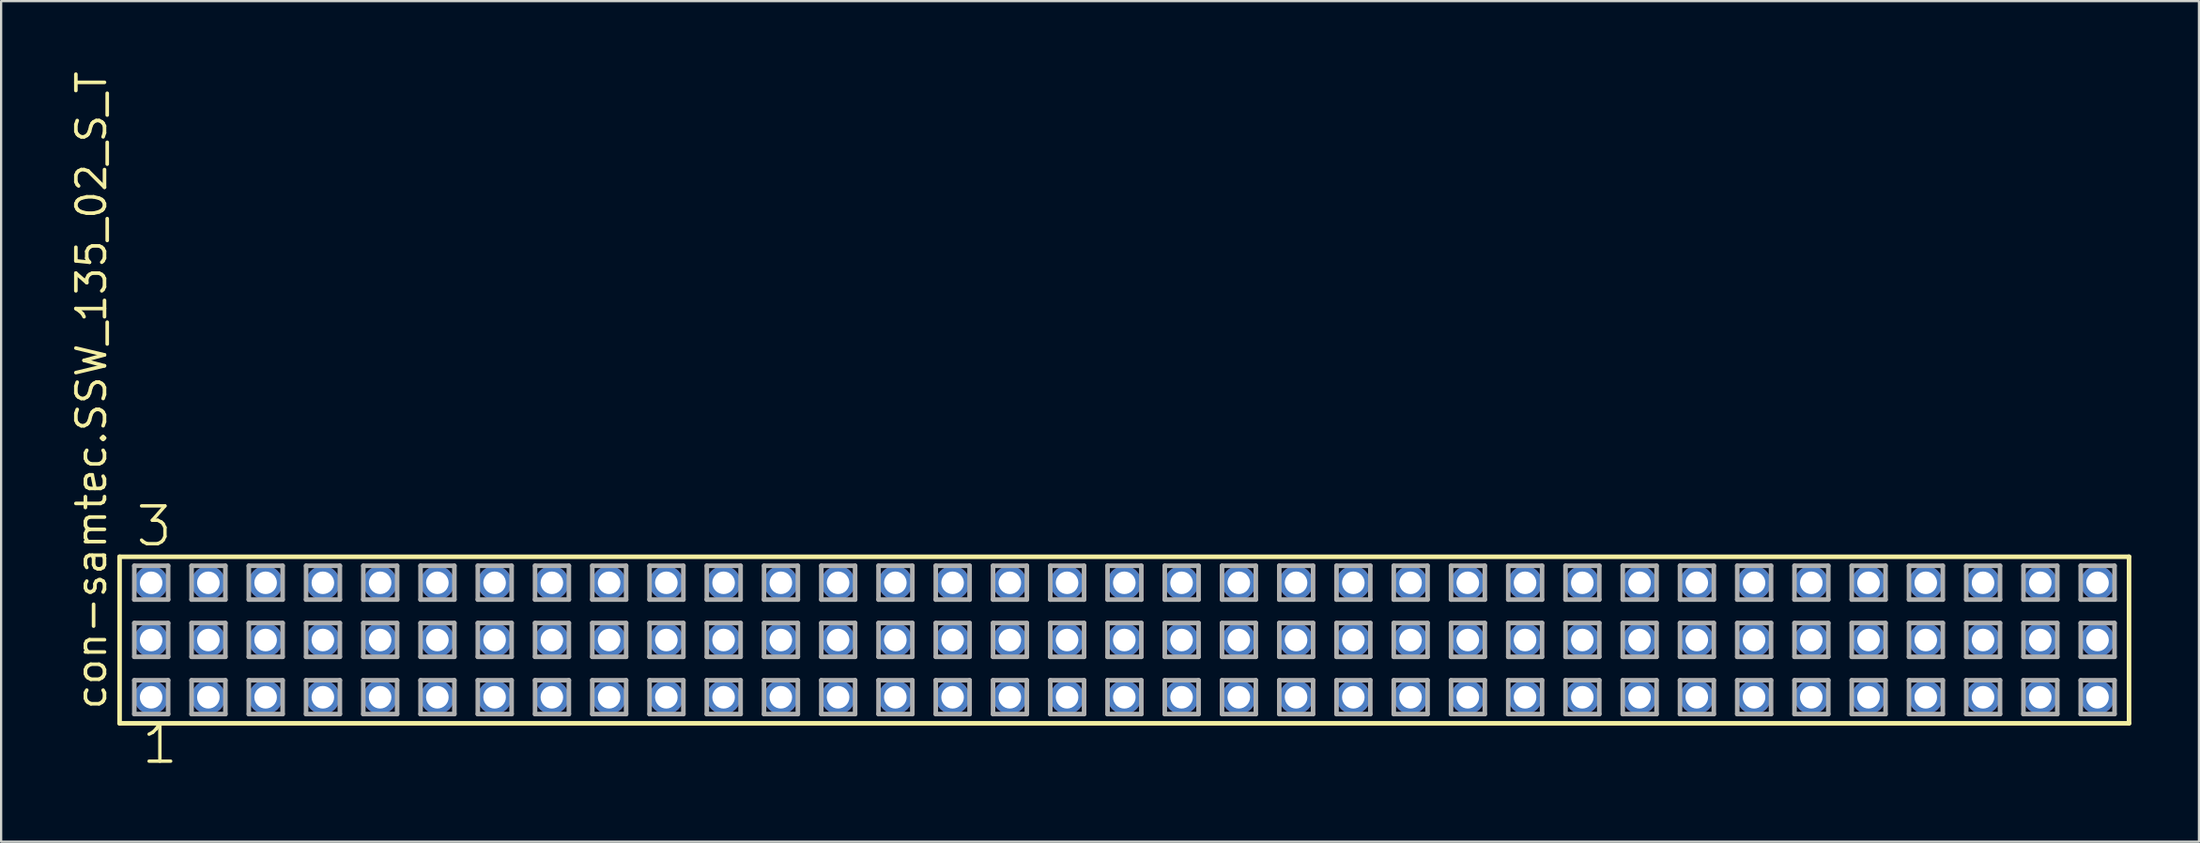
<source format=kicad_pcb>
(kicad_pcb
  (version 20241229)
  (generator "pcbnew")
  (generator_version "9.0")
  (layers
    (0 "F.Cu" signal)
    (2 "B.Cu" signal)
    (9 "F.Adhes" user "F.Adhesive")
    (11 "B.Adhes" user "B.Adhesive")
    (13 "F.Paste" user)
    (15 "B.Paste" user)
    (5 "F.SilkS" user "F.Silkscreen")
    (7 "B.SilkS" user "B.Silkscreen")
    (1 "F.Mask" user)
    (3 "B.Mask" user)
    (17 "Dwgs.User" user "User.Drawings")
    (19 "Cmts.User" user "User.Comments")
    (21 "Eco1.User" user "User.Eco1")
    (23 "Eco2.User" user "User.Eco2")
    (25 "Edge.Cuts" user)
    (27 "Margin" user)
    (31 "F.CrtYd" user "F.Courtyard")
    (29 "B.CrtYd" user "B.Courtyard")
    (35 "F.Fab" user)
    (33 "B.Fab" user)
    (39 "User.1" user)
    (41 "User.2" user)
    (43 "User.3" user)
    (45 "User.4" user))
  (footprint "con-samtec.SSW_135_02_S_T"
    (layer "F.Cu")
    (at 46.835 25.354)
    (property "Reference" "con-samtec.SSW_135_02_S_T" (at -45.085 3.175 90) (layer "F.SilkS") (effects (font (size 1.27 1.27) (thickness 0.16)) (justify left bottom)))
    (attr through_hole)
    (fp_line (start -44.579 -3.695) (end 44.579 -3.695) (stroke (width 0.203) (type default)) (layer "F.SilkS"))
    (fp_line (start -44.579 3.695) (end -44.579 -3.695) (stroke (width 0.203) (type default)) (layer "F.SilkS"))
    (fp_line (start 44.579 -3.695) (end 44.579 3.695) (stroke (width 0.203) (type default)) (layer "F.SilkS"))
    (fp_line (start 44.579 3.695) (end -44.579 3.695) (stroke (width 0.203) (type default)) (layer "F.SilkS"))
    (fp_line (start -43.925 -3.295) (end -42.425 -3.295) (stroke (width 0.203) (type default)) (layer "F.Fab"))
    (fp_line (start -43.925 -1.795) (end -43.925 -3.295) (stroke (width 0.203) (type default)) (layer "F.Fab"))
    (fp_line (start -43.925 -0.755) (end -42.425 -0.755) (stroke (width 0.203) (type default)) (layer "F.Fab"))
    (fp_line (start -43.925 0.745) (end -43.925 -0.755) (stroke (width 0.203) (type default)) (layer "F.Fab"))
    (fp_line (start -43.925 1.785) (end -42.425 1.785) (stroke (width 0.203) (type default)) (layer "F.Fab"))
    (fp_line (start -43.925 3.285) (end -43.925 1.785) (stroke (width 0.203) (type default)) (layer "F.Fab"))
    (fp_line (start -42.425 -3.295) (end -42.425 -1.795) (stroke (width 0.203) (type default)) (layer "F.Fab"))
    (fp_line (start -42.425 -1.795) (end -43.925 -1.795) (stroke (width 0.203) (type default)) (layer "F.Fab"))
    (fp_line (start -42.425 -0.755) (end -42.425 0.745) (stroke (width 0.203) (type default)) (layer "F.Fab"))
    (fp_line (start -42.425 0.745) (end -43.925 0.745) (stroke (width 0.203) (type default)) (layer "F.Fab"))
    (fp_line (start -42.425 1.785) (end -42.425 3.285) (stroke (width 0.203) (type default)) (layer "F.Fab"))
    (fp_line (start -42.425 3.285) (end -43.925 3.285) (stroke (width 0.203) (type default)) (layer "F.Fab"))
    (fp_line (start -41.385 -3.295) (end -39.885 -3.295) (stroke (width 0.203) (type default)) (layer "F.Fab"))
    (fp_line (start -41.385 -1.795) (end -41.385 -3.295) (stroke (width 0.203) (type default)) (layer "F.Fab"))
    (fp_line (start -41.385 -0.755) (end -39.885 -0.755) (stroke (width 0.203) (type default)) (layer "F.Fab"))
    (fp_line (start -41.385 0.745) (end -41.385 -0.755) (stroke (width 0.203) (type default)) (layer "F.Fab"))
    (fp_line (start -41.385 1.785) (end -39.885 1.785) (stroke (width 0.203) (type default)) (layer "F.Fab"))
    (fp_line (start -41.385 3.285) (end -41.385 1.785) (stroke (width 0.203) (type default)) (layer "F.Fab"))
    (fp_line (start -39.885 -3.295) (end -39.885 -1.795) (stroke (width 0.203) (type default)) (layer "F.Fab"))
    (fp_line (start -39.885 -1.795) (end -41.385 -1.795) (stroke (width 0.203) (type default)) (layer "F.Fab"))
    (fp_line (start -39.885 -0.755) (end -39.885 0.745) (stroke (width 0.203) (type default)) (layer "F.Fab"))
    (fp_line (start -39.885 0.745) (end -41.385 0.745) (stroke (width 0.203) (type default)) (layer "F.Fab"))
    (fp_line (start -39.885 1.785) (end -39.885 3.285) (stroke (width 0.203) (type default)) (layer "F.Fab"))
    (fp_line (start -39.885 3.285) (end -41.385 3.285) (stroke (width 0.203) (type default)) (layer "F.Fab"))
    (fp_line (start -38.845 -3.295) (end -37.345 -3.295) (stroke (width 0.203) (type default)) (layer "F.Fab"))
    (fp_line (start -38.845 -1.795) (end -38.845 -3.295) (stroke (width 0.203) (type default)) (layer "F.Fab"))
    (fp_line (start -38.845 -0.755) (end -37.345 -0.755) (stroke (width 0.203) (type default)) (layer "F.Fab"))
    (fp_line (start -38.845 0.745) (end -38.845 -0.755) (stroke (width 0.203) (type default)) (layer "F.Fab"))
    (fp_line (start -38.845 1.785) (end -37.345 1.785) (stroke (width 0.203) (type default)) (layer "F.Fab"))
    (fp_line (start -38.845 3.285) (end -38.845 1.785) (stroke (width 0.203) (type default)) (layer "F.Fab"))
    (fp_line (start -37.345 -3.295) (end -37.345 -1.795) (stroke (width 0.203) (type default)) (layer "F.Fab"))
    (fp_line (start -37.345 -1.795) (end -38.845 -1.795) (stroke (width 0.203) (type default)) (layer "F.Fab"))
    (fp_line (start -37.345 -0.755) (end -37.345 0.745) (stroke (width 0.203) (type default)) (layer "F.Fab"))
    (fp_line (start -37.345 0.745) (end -38.845 0.745) (stroke (width 0.203) (type default)) (layer "F.Fab"))
    (fp_line (start -37.345 1.785) (end -37.345 3.285) (stroke (width 0.203) (type default)) (layer "F.Fab"))
    (fp_line (start -37.345 3.285) (end -38.845 3.285) (stroke (width 0.203) (type default)) (layer "F.Fab"))
    (fp_line (start -36.305 -3.295) (end -34.805 -3.295) (stroke (width 0.203) (type default)) (layer "F.Fab"))
    (fp_line (start -36.305 -1.795) (end -36.305 -3.295) (stroke (width 0.203) (type default)) (layer "F.Fab"))
    (fp_line (start -36.305 -0.755) (end -34.805 -0.755) (stroke (width 0.203) (type default)) (layer "F.Fab"))
    (fp_line (start -36.305 0.745) (end -36.305 -0.755) (stroke (width 0.203) (type default)) (layer "F.Fab"))
    (fp_line (start -36.305 1.785) (end -34.805 1.785) (stroke (width 0.203) (type default)) (layer "F.Fab"))
    (fp_line (start -36.305 3.285) (end -36.305 1.785) (stroke (width 0.203) (type default)) (layer "F.Fab"))
    (fp_line (start -34.805 -3.295) (end -34.805 -1.795) (stroke (width 0.203) (type default)) (layer "F.Fab"))
    (fp_line (start -34.805 -1.795) (end -36.305 -1.795) (stroke (width 0.203) (type default)) (layer "F.Fab"))
    (fp_line (start -34.805 -0.755) (end -34.805 0.745) (stroke (width 0.203) (type default)) (layer "F.Fab"))
    (fp_line (start -34.805 0.745) (end -36.305 0.745) (stroke (width 0.203) (type default)) (layer "F.Fab"))
    (fp_line (start -34.805 1.785) (end -34.805 3.285) (stroke (width 0.203) (type default)) (layer "F.Fab"))
    (fp_line (start -34.805 3.285) (end -36.305 3.285) (stroke (width 0.203) (type default)) (layer "F.Fab"))
    (fp_line (start -33.765 -3.295) (end -32.265 -3.295) (stroke (width 0.203) (type default)) (layer "F.Fab"))
    (fp_line (start -33.765 -1.795) (end -33.765 -3.295) (stroke (width 0.203) (type default)) (layer "F.Fab"))
    (fp_line (start -33.765 -0.755) (end -32.265 -0.755) (stroke (width 0.203) (type default)) (layer "F.Fab"))
    (fp_line (start -33.765 0.745) (end -33.765 -0.755) (stroke (width 0.203) (type default)) (layer "F.Fab"))
    (fp_line (start -33.765 1.785) (end -32.265 1.785) (stroke (width 0.203) (type default)) (layer "F.Fab"))
    (fp_line (start -33.765 3.285) (end -33.765 1.785) (stroke (width 0.203) (type default)) (layer "F.Fab"))
    (fp_line (start -32.265 -3.295) (end -32.265 -1.795) (stroke (width 0.203) (type default)) (layer "F.Fab"))
    (fp_line (start -32.265 -1.795) (end -33.765 -1.795) (stroke (width 0.203) (type default)) (layer "F.Fab"))
    (fp_line (start -32.265 -0.755) (end -32.265 0.745) (stroke (width 0.203) (type default)) (layer "F.Fab"))
    (fp_line (start -32.265 0.745) (end -33.765 0.745) (stroke (width 0.203) (type default)) (layer "F.Fab"))
    (fp_line (start -32.265 1.785) (end -32.265 3.285) (stroke (width 0.203) (type default)) (layer "F.Fab"))
    (fp_line (start -32.265 3.285) (end -33.765 3.285) (stroke (width 0.203) (type default)) (layer "F.Fab"))
    (fp_line (start -31.225 -3.295) (end -29.725 -3.295) (stroke (width 0.203) (type default)) (layer "F.Fab"))
    (fp_line (start -31.225 -1.795) (end -31.225 -3.295) (stroke (width 0.203) (type default)) (layer "F.Fab"))
    (fp_line (start -31.225 -0.755) (end -29.725 -0.755) (stroke (width 0.203) (type default)) (layer "F.Fab"))
    (fp_line (start -31.225 0.745) (end -31.225 -0.755) (stroke (width 0.203) (type default)) (layer "F.Fab"))
    (fp_line (start -31.225 1.785) (end -29.725 1.785) (stroke (width 0.203) (type default)) (layer "F.Fab"))
    (fp_line (start -31.225 3.285) (end -31.225 1.785) (stroke (width 0.203) (type default)) (layer "F.Fab"))
    (fp_line (start -29.725 -3.295) (end -29.725 -1.795) (stroke (width 0.203) (type default)) (layer "F.Fab"))
    (fp_line (start -29.725 -1.795) (end -31.225 -1.795) (stroke (width 0.203) (type default)) (layer "F.Fab"))
    (fp_line (start -29.725 -0.755) (end -29.725 0.745) (stroke (width 0.203) (type default)) (layer "F.Fab"))
    (fp_line (start -29.725 0.745) (end -31.225 0.745) (stroke (width 0.203) (type default)) (layer "F.Fab"))
    (fp_line (start -29.725 1.785) (end -29.725 3.285) (stroke (width 0.203) (type default)) (layer "F.Fab"))
    (fp_line (start -29.725 3.285) (end -31.225 3.285) (stroke (width 0.203) (type default)) (layer "F.Fab"))
    (fp_line (start -28.685 -3.295) (end -27.185 -3.295) (stroke (width 0.203) (type default)) (layer "F.Fab"))
    (fp_line (start -28.685 -1.795) (end -28.685 -3.295) (stroke (width 0.203) (type default)) (layer "F.Fab"))
    (fp_line (start -28.685 -0.755) (end -27.185 -0.755) (stroke (width 0.203) (type default)) (layer "F.Fab"))
    (fp_line (start -28.685 0.745) (end -28.685 -0.755) (stroke (width 0.203) (type default)) (layer "F.Fab"))
    (fp_line (start -28.685 1.785) (end -27.185 1.785) (stroke (width 0.203) (type default)) (layer "F.Fab"))
    (fp_line (start -28.685 3.285) (end -28.685 1.785) (stroke (width 0.203) (type default)) (layer "F.Fab"))
    (fp_line (start -27.185 -3.295) (end -27.185 -1.795) (stroke (width 0.203) (type default)) (layer "F.Fab"))
    (fp_line (start -27.185 -1.795) (end -28.685 -1.795) (stroke (width 0.203) (type default)) (layer "F.Fab"))
    (fp_line (start -27.185 -0.755) (end -27.185 0.745) (stroke (width 0.203) (type default)) (layer "F.Fab"))
    (fp_line (start -27.185 0.745) (end -28.685 0.745) (stroke (width 0.203) (type default)) (layer "F.Fab"))
    (fp_line (start -27.185 1.785) (end -27.185 3.285) (stroke (width 0.203) (type default)) (layer "F.Fab"))
    (fp_line (start -27.185 3.285) (end -28.685 3.285) (stroke (width 0.203) (type default)) (layer "F.Fab"))
    (fp_line (start -26.145 -3.295) (end -24.645 -3.295) (stroke (width 0.203) (type default)) (layer "F.Fab"))
    (fp_line (start -26.145 -1.795) (end -26.145 -3.295) (stroke (width 0.203) (type default)) (layer "F.Fab"))
    (fp_line (start -26.145 -0.755) (end -24.645 -0.755) (stroke (width 0.203) (type default)) (layer "F.Fab"))
    (fp_line (start -26.145 0.745) (end -26.145 -0.755) (stroke (width 0.203) (type default)) (layer "F.Fab"))
    (fp_line (start -26.145 1.785) (end -24.645 1.785) (stroke (width 0.203) (type default)) (layer "F.Fab"))
    (fp_line (start -26.145 3.285) (end -26.145 1.785) (stroke (width 0.203) (type default)) (layer "F.Fab"))
    (fp_line (start -24.645 -3.295) (end -24.645 -1.795) (stroke (width 0.203) (type default)) (layer "F.Fab"))
    (fp_line (start -24.645 -1.795) (end -26.145 -1.795) (stroke (width 0.203) (type default)) (layer "F.Fab"))
    (fp_line (start -24.645 -0.755) (end -24.645 0.745) (stroke (width 0.203) (type default)) (layer "F.Fab"))
    (fp_line (start -24.645 0.745) (end -26.145 0.745) (stroke (width 0.203) (type default)) (layer "F.Fab"))
    (fp_line (start -24.645 1.785) (end -24.645 3.285) (stroke (width 0.203) (type default)) (layer "F.Fab"))
    (fp_line (start -24.645 3.285) (end -26.145 3.285) (stroke (width 0.203) (type default)) (layer "F.Fab"))
    (fp_line (start -23.605 -3.295) (end -22.105 -3.295) (stroke (width 0.203) (type default)) (layer "F.Fab"))
    (fp_line (start -23.605 -1.795) (end -23.605 -3.295) (stroke (width 0.203) (type default)) (layer "F.Fab"))
    (fp_line (start -23.605 -0.755) (end -22.105 -0.755) (stroke (width 0.203) (type default)) (layer "F.Fab"))
    (fp_line (start -23.605 0.745) (end -23.605 -0.755) (stroke (width 0.203) (type default)) (layer "F.Fab"))
    (fp_line (start -23.605 1.785) (end -22.105 1.785) (stroke (width 0.203) (type default)) (layer "F.Fab"))
    (fp_line (start -23.605 3.285) (end -23.605 1.785) (stroke (width 0.203) (type default)) (layer "F.Fab"))
    (fp_line (start -22.105 -3.295) (end -22.105 -1.795) (stroke (width 0.203) (type default)) (layer "F.Fab"))
    (fp_line (start -22.105 -1.795) (end -23.605 -1.795) (stroke (width 0.203) (type default)) (layer "F.Fab"))
    (fp_line (start -22.105 -0.755) (end -22.105 0.745) (stroke (width 0.203) (type default)) (layer "F.Fab"))
    (fp_line (start -22.105 0.745) (end -23.605 0.745) (stroke (width 0.203) (type default)) (layer "F.Fab"))
    (fp_line (start -22.105 1.785) (end -22.105 3.285) (stroke (width 0.203) (type default)) (layer "F.Fab"))
    (fp_line (start -22.105 3.285) (end -23.605 3.285) (stroke (width 0.203) (type default)) (layer "F.Fab"))
    (fp_line (start -21.065 -3.295) (end -19.565 -3.295) (stroke (width 0.203) (type default)) (layer "F.Fab"))
    (fp_line (start -21.065 -1.795) (end -21.065 -3.295) (stroke (width 0.203) (type default)) (layer "F.Fab"))
    (fp_line (start -21.065 -0.755) (end -19.565 -0.755) (stroke (width 0.203) (type default)) (layer "F.Fab"))
    (fp_line (start -21.065 0.745) (end -21.065 -0.755) (stroke (width 0.203) (type default)) (layer "F.Fab"))
    (fp_line (start -21.065 1.785) (end -19.565 1.785) (stroke (width 0.203) (type default)) (layer "F.Fab"))
    (fp_line (start -21.065 3.285) (end -21.065 1.785) (stroke (width 0.203) (type default)) (layer "F.Fab"))
    (fp_line (start -19.565 -3.295) (end -19.565 -1.795) (stroke (width 0.203) (type default)) (layer "F.Fab"))
    (fp_line (start -19.565 -1.795) (end -21.065 -1.795) (stroke (width 0.203) (type default)) (layer "F.Fab"))
    (fp_line (start -19.565 -0.755) (end -19.565 0.745) (stroke (width 0.203) (type default)) (layer "F.Fab"))
    (fp_line (start -19.565 0.745) (end -21.065 0.745) (stroke (width 0.203) (type default)) (layer "F.Fab"))
    (fp_line (start -19.565 1.785) (end -19.565 3.285) (stroke (width 0.203) (type default)) (layer "F.Fab"))
    (fp_line (start -19.565 3.285) (end -21.065 3.285) (stroke (width 0.203) (type default)) (layer "F.Fab"))
    (fp_line (start -18.525 -3.295) (end -17.025 -3.295) (stroke (width 0.203) (type default)) (layer "F.Fab"))
    (fp_line (start -18.525 -1.795) (end -18.525 -3.295) (stroke (width 0.203) (type default)) (layer "F.Fab"))
    (fp_line (start -18.525 -0.755) (end -17.025 -0.755) (stroke (width 0.203) (type default)) (layer "F.Fab"))
    (fp_line (start -18.525 0.745) (end -18.525 -0.755) (stroke (width 0.203) (type default)) (layer "F.Fab"))
    (fp_line (start -18.525 1.785) (end -17.025 1.785) (stroke (width 0.203) (type default)) (layer "F.Fab"))
    (fp_line (start -18.525 3.285) (end -18.525 1.785) (stroke (width 0.203) (type default)) (layer "F.Fab"))
    (fp_line (start -17.025 -3.295) (end -17.025 -1.795) (stroke (width 0.203) (type default)) (layer "F.Fab"))
    (fp_line (start -17.025 -1.795) (end -18.525 -1.795) (stroke (width 0.203) (type default)) (layer "F.Fab"))
    (fp_line (start -17.025 -0.755) (end -17.025 0.745) (stroke (width 0.203) (type default)) (layer "F.Fab"))
    (fp_line (start -17.025 0.745) (end -18.525 0.745) (stroke (width 0.203) (type default)) (layer "F.Fab"))
    (fp_line (start -17.025 1.785) (end -17.025 3.285) (stroke (width 0.203) (type default)) (layer "F.Fab"))
    (fp_line (start -17.025 3.285) (end -18.525 3.285) (stroke (width 0.203) (type default)) (layer "F.Fab"))
    (fp_line (start -15.985 -3.295) (end -14.485 -3.295) (stroke (width 0.203) (type default)) (layer "F.Fab"))
    (fp_line (start -15.985 -1.795) (end -15.985 -3.295) (stroke (width 0.203) (type default)) (layer "F.Fab"))
    (fp_line (start -15.985 -0.755) (end -14.485 -0.755) (stroke (width 0.203) (type default)) (layer "F.Fab"))
    (fp_line (start -15.985 0.745) (end -15.985 -0.755) (stroke (width 0.203) (type default)) (layer "F.Fab"))
    (fp_line (start -15.985 1.785) (end -14.485 1.785) (stroke (width 0.203) (type default)) (layer "F.Fab"))
    (fp_line (start -15.985 3.285) (end -15.985 1.785) (stroke (width 0.203) (type default)) (layer "F.Fab"))
    (fp_line (start -14.485 -3.295) (end -14.485 -1.795) (stroke (width 0.203) (type default)) (layer "F.Fab"))
    (fp_line (start -14.485 -1.795) (end -15.985 -1.795) (stroke (width 0.203) (type default)) (layer "F.Fab"))
    (fp_line (start -14.485 -0.755) (end -14.485 0.745) (stroke (width 0.203) (type default)) (layer "F.Fab"))
    (fp_line (start -14.485 0.745) (end -15.985 0.745) (stroke (width 0.203) (type default)) (layer "F.Fab"))
    (fp_line (start -14.485 1.785) (end -14.485 3.285) (stroke (width 0.203) (type default)) (layer "F.Fab"))
    (fp_line (start -14.485 3.285) (end -15.985 3.285) (stroke (width 0.203) (type default)) (layer "F.Fab"))
    (fp_line (start -13.445 -3.295) (end -11.945 -3.295) (stroke (width 0.203) (type default)) (layer "F.Fab"))
    (fp_line (start -13.445 -1.795) (end -13.445 -3.295) (stroke (width 0.203) (type default)) (layer "F.Fab"))
    (fp_line (start -13.445 -0.755) (end -11.945 -0.755) (stroke (width 0.203) (type default)) (layer "F.Fab"))
    (fp_line (start -13.445 0.745) (end -13.445 -0.755) (stroke (width 0.203) (type default)) (layer "F.Fab"))
    (fp_line (start -13.445 1.785) (end -11.945 1.785) (stroke (width 0.203) (type default)) (layer "F.Fab"))
    (fp_line (start -13.445 3.285) (end -13.445 1.785) (stroke (width 0.203) (type default)) (layer "F.Fab"))
    (fp_line (start -11.945 -3.295) (end -11.945 -1.795) (stroke (width 0.203) (type default)) (layer "F.Fab"))
    (fp_line (start -11.945 -1.795) (end -13.445 -1.795) (stroke (width 0.203) (type default)) (layer "F.Fab"))
    (fp_line (start -11.945 -0.755) (end -11.945 0.745) (stroke (width 0.203) (type default)) (layer "F.Fab"))
    (fp_line (start -11.945 0.745) (end -13.445 0.745) (stroke (width 0.203) (type default)) (layer "F.Fab"))
    (fp_line (start -11.945 1.785) (end -11.945 3.285) (stroke (width 0.203) (type default)) (layer "F.Fab"))
    (fp_line (start -11.945 3.285) (end -13.445 3.285) (stroke (width 0.203) (type default)) (layer "F.Fab"))
    (fp_line (start -10.905 -3.295) (end -9.405 -3.295) (stroke (width 0.203) (type default)) (layer "F.Fab"))
    (fp_line (start -10.905 -1.795) (end -10.905 -3.295) (stroke (width 0.203) (type default)) (layer "F.Fab"))
    (fp_line (start -10.905 -0.755) (end -9.405 -0.755) (stroke (width 0.203) (type default)) (layer "F.Fab"))
    (fp_line (start -10.905 0.745) (end -10.905 -0.755) (stroke (width 0.203) (type default)) (layer "F.Fab"))
    (fp_line (start -10.905 1.785) (end -9.405 1.785) (stroke (width 0.203) (type default)) (layer "F.Fab"))
    (fp_line (start -10.905 3.285) (end -10.905 1.785) (stroke (width 0.203) (type default)) (layer "F.Fab"))
    (fp_line (start -9.405 -3.295) (end -9.405 -1.795) (stroke (width 0.203) (type default)) (layer "F.Fab"))
    (fp_line (start -9.405 -1.795) (end -10.905 -1.795) (stroke (width 0.203) (type default)) (layer "F.Fab"))
    (fp_line (start -9.405 -0.755) (end -9.405 0.745) (stroke (width 0.203) (type default)) (layer "F.Fab"))
    (fp_line (start -9.405 0.745) (end -10.905 0.745) (stroke (width 0.203) (type default)) (layer "F.Fab"))
    (fp_line (start -9.405 1.785) (end -9.405 3.285) (stroke (width 0.203) (type default)) (layer "F.Fab"))
    (fp_line (start -9.405 3.285) (end -10.905 3.285) (stroke (width 0.203) (type default)) (layer "F.Fab"))
    (fp_line (start -8.365 -3.295) (end -6.865 -3.295) (stroke (width 0.203) (type default)) (layer "F.Fab"))
    (fp_line (start -8.365 -1.795) (end -8.365 -3.295) (stroke (width 0.203) (type default)) (layer "F.Fab"))
    (fp_line (start -8.365 -0.755) (end -6.865 -0.755) (stroke (width 0.203) (type default)) (layer "F.Fab"))
    (fp_line (start -8.365 0.745) (end -8.365 -0.755) (stroke (width 0.203) (type default)) (layer "F.Fab"))
    (fp_line (start -8.365 1.785) (end -6.865 1.785) (stroke (width 0.203) (type default)) (layer "F.Fab"))
    (fp_line (start -8.365 3.285) (end -8.365 1.785) (stroke (width 0.203) (type default)) (layer "F.Fab"))
    (fp_line (start -6.865 -3.295) (end -6.865 -1.795) (stroke (width 0.203) (type default)) (layer "F.Fab"))
    (fp_line (start -6.865 -1.795) (end -8.365 -1.795) (stroke (width 0.203) (type default)) (layer "F.Fab"))
    (fp_line (start -6.865 -0.755) (end -6.865 0.745) (stroke (width 0.203) (type default)) (layer "F.Fab"))
    (fp_line (start -6.865 0.745) (end -8.365 0.745) (stroke (width 0.203) (type default)) (layer "F.Fab"))
    (fp_line (start -6.865 1.785) (end -6.865 3.285) (stroke (width 0.203) (type default)) (layer "F.Fab"))
    (fp_line (start -6.865 3.285) (end -8.365 3.285) (stroke (width 0.203) (type default)) (layer "F.Fab"))
    (fp_line (start -5.825 -3.295) (end -4.325 -3.295) (stroke (width 0.203) (type default)) (layer "F.Fab"))
    (fp_line (start -5.825 -1.795) (end -5.825 -3.295) (stroke (width 0.203) (type default)) (layer "F.Fab"))
    (fp_line (start -5.825 -0.755) (end -4.325 -0.755) (stroke (width 0.203) (type default)) (layer "F.Fab"))
    (fp_line (start -5.825 0.745) (end -5.825 -0.755) (stroke (width 0.203) (type default)) (layer "F.Fab"))
    (fp_line (start -5.825 1.785) (end -4.325 1.785) (stroke (width 0.203) (type default)) (layer "F.Fab"))
    (fp_line (start -5.825 3.285) (end -5.825 1.785) (stroke (width 0.203) (type default)) (layer "F.Fab"))
    (fp_line (start -4.325 -3.295) (end -4.325 -1.795) (stroke (width 0.203) (type default)) (layer "F.Fab"))
    (fp_line (start -4.325 -1.795) (end -5.825 -1.795) (stroke (width 0.203) (type default)) (layer "F.Fab"))
    (fp_line (start -4.325 -0.755) (end -4.325 0.745) (stroke (width 0.203) (type default)) (layer "F.Fab"))
    (fp_line (start -4.325 0.745) (end -5.825 0.745) (stroke (width 0.203) (type default)) (layer "F.Fab"))
    (fp_line (start -4.325 1.785) (end -4.325 3.285) (stroke (width 0.203) (type default)) (layer "F.Fab"))
    (fp_line (start -4.325 3.285) (end -5.825 3.285) (stroke (width 0.203) (type default)) (layer "F.Fab"))
    (fp_line (start -3.285 -3.295) (end -1.785 -3.295) (stroke (width 0.203) (type default)) (layer "F.Fab"))
    (fp_line (start -3.285 -1.795) (end -3.285 -3.295) (stroke (width 0.203) (type default)) (layer "F.Fab"))
    (fp_line (start -3.285 -0.755) (end -1.785 -0.755) (stroke (width 0.203) (type default)) (layer "F.Fab"))
    (fp_line (start -3.285 0.745) (end -3.285 -0.755) (stroke (width 0.203) (type default)) (layer "F.Fab"))
    (fp_line (start -3.285 1.785) (end -1.785 1.785) (stroke (width 0.203) (type default)) (layer "F.Fab"))
    (fp_line (start -3.285 3.285) (end -3.285 1.785) (stroke (width 0.203) (type default)) (layer "F.Fab"))
    (fp_line (start -1.785 -3.295) (end -1.785 -1.795) (stroke (width 0.203) (type default)) (layer "F.Fab"))
    (fp_line (start -1.785 -1.795) (end -3.285 -1.795) (stroke (width 0.203) (type default)) (layer "F.Fab"))
    (fp_line (start -1.785 -0.755) (end -1.785 0.745) (stroke (width 0.203) (type default)) (layer "F.Fab"))
    (fp_line (start -1.785 0.745) (end -3.285 0.745) (stroke (width 0.203) (type default)) (layer "F.Fab"))
    (fp_line (start -1.785 1.785) (end -1.785 3.285) (stroke (width 0.203) (type default)) (layer "F.Fab"))
    (fp_line (start -1.785 3.285) (end -3.285 3.285) (stroke (width 0.203) (type default)) (layer "F.Fab"))
    (fp_line (start -0.745 -3.295) (end 0.755 -3.295) (stroke (width 0.203) (type default)) (layer "F.Fab"))
    (fp_line (start -0.745 -1.795) (end -0.745 -3.295) (stroke (width 0.203) (type default)) (layer "F.Fab"))
    (fp_line (start -0.745 -0.755) (end 0.755 -0.755) (stroke (width 0.203) (type default)) (layer "F.Fab"))
    (fp_line (start -0.745 0.745) (end -0.745 -0.755) (stroke (width 0.203) (type default)) (layer "F.Fab"))
    (fp_line (start -0.745 1.785) (end 0.755 1.785) (stroke (width 0.203) (type default)) (layer "F.Fab"))
    (fp_line (start -0.745 3.285) (end -0.745 1.785) (stroke (width 0.203) (type default)) (layer "F.Fab"))
    (fp_line (start 0.755 -3.295) (end 0.755 -1.795) (stroke (width 0.203) (type default)) (layer "F.Fab"))
    (fp_line (start 0.755 -1.795) (end -0.745 -1.795) (stroke (width 0.203) (type default)) (layer "F.Fab"))
    (fp_line (start 0.755 -0.755) (end 0.755 0.745) (stroke (width 0.203) (type default)) (layer "F.Fab"))
    (fp_line (start 0.755 0.745) (end -0.745 0.745) (stroke (width 0.203) (type default)) (layer "F.Fab"))
    (fp_line (start 0.755 1.785) (end 0.755 3.285) (stroke (width 0.203) (type default)) (layer "F.Fab"))
    (fp_line (start 0.755 3.285) (end -0.745 3.285) (stroke (width 0.203) (type default)) (layer "F.Fab"))
    (fp_line (start 1.795 -3.295) (end 3.295 -3.295) (stroke (width 0.203) (type default)) (layer "F.Fab"))
    (fp_line (start 1.795 -1.795) (end 1.795 -3.295) (stroke (width 0.203) (type default)) (layer "F.Fab"))
    (fp_line (start 1.795 -0.755) (end 3.295 -0.755) (stroke (width 0.203) (type default)) (layer "F.Fab"))
    (fp_line (start 1.795 0.745) (end 1.795 -0.755) (stroke (width 0.203) (type default)) (layer "F.Fab"))
    (fp_line (start 1.795 1.785) (end 3.295 1.785) (stroke (width 0.203) (type default)) (layer "F.Fab"))
    (fp_line (start 1.795 3.285) (end 1.795 1.785) (stroke (width 0.203) (type default)) (layer "F.Fab"))
    (fp_line (start 3.295 -3.295) (end 3.295 -1.795) (stroke (width 0.203) (type default)) (layer "F.Fab"))
    (fp_line (start 3.295 -1.795) (end 1.795 -1.795) (stroke (width 0.203) (type default)) (layer "F.Fab"))
    (fp_line (start 3.295 -0.755) (end 3.295 0.745) (stroke (width 0.203) (type default)) (layer "F.Fab"))
    (fp_line (start 3.295 0.745) (end 1.795 0.745) (stroke (width 0.203) (type default)) (layer "F.Fab"))
    (fp_line (start 3.295 1.785) (end 3.295 3.285) (stroke (width 0.203) (type default)) (layer "F.Fab"))
    (fp_line (start 3.295 3.285) (end 1.795 3.285) (stroke (width 0.203) (type default)) (layer "F.Fab"))
    (fp_line (start 4.335 -3.295) (end 5.835 -3.295) (stroke (width 0.203) (type default)) (layer "F.Fab"))
    (fp_line (start 4.335 -1.795) (end 4.335 -3.295) (stroke (width 0.203) (type default)) (layer "F.Fab"))
    (fp_line (start 4.335 -0.755) (end 5.835 -0.755) (stroke (width 0.203) (type default)) (layer "F.Fab"))
    (fp_line (start 4.335 0.745) (end 4.335 -0.755) (stroke (width 0.203) (type default)) (layer "F.Fab"))
    (fp_line (start 4.335 1.785) (end 5.835 1.785) (stroke (width 0.203) (type default)) (layer "F.Fab"))
    (fp_line (start 4.335 3.285) (end 4.335 1.785) (stroke (width 0.203) (type default)) (layer "F.Fab"))
    (fp_line (start 5.835 -3.295) (end 5.835 -1.795) (stroke (width 0.203) (type default)) (layer "F.Fab"))
    (fp_line (start 5.835 -1.795) (end 4.335 -1.795) (stroke (width 0.203) (type default)) (layer "F.Fab"))
    (fp_line (start 5.835 -0.755) (end 5.835 0.745) (stroke (width 0.203) (type default)) (layer "F.Fab"))
    (fp_line (start 5.835 0.745) (end 4.335 0.745) (stroke (width 0.203) (type default)) (layer "F.Fab"))
    (fp_line (start 5.835 1.785) (end 5.835 3.285) (stroke (width 0.203) (type default)) (layer "F.Fab"))
    (fp_line (start 5.835 3.285) (end 4.335 3.285) (stroke (width 0.203) (type default)) (layer "F.Fab"))
    (fp_line (start 6.875 -3.295) (end 8.375 -3.295) (stroke (width 0.203) (type default)) (layer "F.Fab"))
    (fp_line (start 6.875 -1.795) (end 6.875 -3.295) (stroke (width 0.203) (type default)) (layer "F.Fab"))
    (fp_line (start 6.875 -0.755) (end 8.375 -0.755) (stroke (width 0.203) (type default)) (layer "F.Fab"))
    (fp_line (start 6.875 0.745) (end 6.875 -0.755) (stroke (width 0.203) (type default)) (layer "F.Fab"))
    (fp_line (start 6.875 1.785) (end 8.375 1.785) (stroke (width 0.203) (type default)) (layer "F.Fab"))
    (fp_line (start 6.875 3.285) (end 6.875 1.785) (stroke (width 0.203) (type default)) (layer "F.Fab"))
    (fp_line (start 8.375 -3.295) (end 8.375 -1.795) (stroke (width 0.203) (type default)) (layer "F.Fab"))
    (fp_line (start 8.375 -1.795) (end 6.875 -1.795) (stroke (width 0.203) (type default)) (layer "F.Fab"))
    (fp_line (start 8.375 -0.755) (end 8.375 0.745) (stroke (width 0.203) (type default)) (layer "F.Fab"))
    (fp_line (start 8.375 0.745) (end 6.875 0.745) (stroke (width 0.203) (type default)) (layer "F.Fab"))
    (fp_line (start 8.375 1.785) (end 8.375 3.285) (stroke (width 0.203) (type default)) (layer "F.Fab"))
    (fp_line (start 8.375 3.285) (end 6.875 3.285) (stroke (width 0.203) (type default)) (layer "F.Fab"))
    (fp_line (start 9.415 -3.295) (end 10.915 -3.295) (stroke (width 0.203) (type default)) (layer "F.Fab"))
    (fp_line (start 9.415 -1.795) (end 9.415 -3.295) (stroke (width 0.203) (type default)) (layer "F.Fab"))
    (fp_line (start 9.415 -0.755) (end 10.915 -0.755) (stroke (width 0.203) (type default)) (layer "F.Fab"))
    (fp_line (start 9.415 0.745) (end 9.415 -0.755) (stroke (width 0.203) (type default)) (layer "F.Fab"))
    (fp_line (start 9.415 1.785) (end 10.915 1.785) (stroke (width 0.203) (type default)) (layer "F.Fab"))
    (fp_line (start 9.415 3.285) (end 9.415 1.785) (stroke (width 0.203) (type default)) (layer "F.Fab"))
    (fp_line (start 10.915 -3.295) (end 10.915 -1.795) (stroke (width 0.203) (type default)) (layer "F.Fab"))
    (fp_line (start 10.915 -1.795) (end 9.415 -1.795) (stroke (width 0.203) (type default)) (layer "F.Fab"))
    (fp_line (start 10.915 -0.755) (end 10.915 0.745) (stroke (width 0.203) (type default)) (layer "F.Fab"))
    (fp_line (start 10.915 0.745) (end 9.415 0.745) (stroke (width 0.203) (type default)) (layer "F.Fab"))
    (fp_line (start 10.915 1.785) (end 10.915 3.285) (stroke (width 0.203) (type default)) (layer "F.Fab"))
    (fp_line (start 10.915 3.285) (end 9.415 3.285) (stroke (width 0.203) (type default)) (layer "F.Fab"))
    (fp_line (start 11.955 -3.295) (end 13.455 -3.295) (stroke (width 0.203) (type default)) (layer "F.Fab"))
    (fp_line (start 11.955 -1.795) (end 11.955 -3.295) (stroke (width 0.203) (type default)) (layer "F.Fab"))
    (fp_line (start 11.955 -0.755) (end 13.455 -0.755) (stroke (width 0.203) (type default)) (layer "F.Fab"))
    (fp_line (start 11.955 0.745) (end 11.955 -0.755) (stroke (width 0.203) (type default)) (layer "F.Fab"))
    (fp_line (start 11.955 1.785) (end 13.455 1.785) (stroke (width 0.203) (type default)) (layer "F.Fab"))
    (fp_line (start 11.955 3.285) (end 11.955 1.785) (stroke (width 0.203) (type default)) (layer "F.Fab"))
    (fp_line (start 13.455 -3.295) (end 13.455 -1.795) (stroke (width 0.203) (type default)) (layer "F.Fab"))
    (fp_line (start 13.455 -1.795) (end 11.955 -1.795) (stroke (width 0.203) (type default)) (layer "F.Fab"))
    (fp_line (start 13.455 -0.755) (end 13.455 0.745) (stroke (width 0.203) (type default)) (layer "F.Fab"))
    (fp_line (start 13.455 0.745) (end 11.955 0.745) (stroke (width 0.203) (type default)) (layer "F.Fab"))
    (fp_line (start 13.455 1.785) (end 13.455 3.285) (stroke (width 0.203) (type default)) (layer "F.Fab"))
    (fp_line (start 13.455 3.285) (end 11.955 3.285) (stroke (width 0.203) (type default)) (layer "F.Fab"))
    (fp_line (start 14.495 -3.295) (end 15.995 -3.295) (stroke (width 0.203) (type default)) (layer "F.Fab"))
    (fp_line (start 14.495 -1.795) (end 14.495 -3.295) (stroke (width 0.203) (type default)) (layer "F.Fab"))
    (fp_line (start 14.495 -0.755) (end 15.995 -0.755) (stroke (width 0.203) (type default)) (layer "F.Fab"))
    (fp_line (start 14.495 0.745) (end 14.495 -0.755) (stroke (width 0.203) (type default)) (layer "F.Fab"))
    (fp_line (start 14.495 1.785) (end 15.995 1.785) (stroke (width 0.203) (type default)) (layer "F.Fab"))
    (fp_line (start 14.495 3.285) (end 14.495 1.785) (stroke (width 0.203) (type default)) (layer "F.Fab"))
    (fp_line (start 15.995 -3.295) (end 15.995 -1.795) (stroke (width 0.203) (type default)) (layer "F.Fab"))
    (fp_line (start 15.995 -1.795) (end 14.495 -1.795) (stroke (width 0.203) (type default)) (layer "F.Fab"))
    (fp_line (start 15.995 -0.755) (end 15.995 0.745) (stroke (width 0.203) (type default)) (layer "F.Fab"))
    (fp_line (start 15.995 0.745) (end 14.495 0.745) (stroke (width 0.203) (type default)) (layer "F.Fab"))
    (fp_line (start 15.995 1.785) (end 15.995 3.285) (stroke (width 0.203) (type default)) (layer "F.Fab"))
    (fp_line (start 15.995 3.285) (end 14.495 3.285) (stroke (width 0.203) (type default)) (layer "F.Fab"))
    (fp_line (start 17.035 -3.295) (end 18.535 -3.295) (stroke (width 0.203) (type default)) (layer "F.Fab"))
    (fp_line (start 17.035 -1.795) (end 17.035 -3.295) (stroke (width 0.203) (type default)) (layer "F.Fab"))
    (fp_line (start 17.035 -0.755) (end 18.535 -0.755) (stroke (width 0.203) (type default)) (layer "F.Fab"))
    (fp_line (start 17.035 0.745) (end 17.035 -0.755) (stroke (width 0.203) (type default)) (layer "F.Fab"))
    (fp_line (start 17.035 1.785) (end 18.535 1.785) (stroke (width 0.203) (type default)) (layer "F.Fab"))
    (fp_line (start 17.035 3.285) (end 17.035 1.785) (stroke (width 0.203) (type default)) (layer "F.Fab"))
    (fp_line (start 18.535 -3.295) (end 18.535 -1.795) (stroke (width 0.203) (type default)) (layer "F.Fab"))
    (fp_line (start 18.535 -1.795) (end 17.035 -1.795) (stroke (width 0.203) (type default)) (layer "F.Fab"))
    (fp_line (start 18.535 -0.755) (end 18.535 0.745) (stroke (width 0.203) (type default)) (layer "F.Fab"))
    (fp_line (start 18.535 0.745) (end 17.035 0.745) (stroke (width 0.203) (type default)) (layer "F.Fab"))
    (fp_line (start 18.535 1.785) (end 18.535 3.285) (stroke (width 0.203) (type default)) (layer "F.Fab"))
    (fp_line (start 18.535 3.285) (end 17.035 3.285) (stroke (width 0.203) (type default)) (layer "F.Fab"))
    (fp_line (start 19.575 -3.295) (end 21.075 -3.295) (stroke (width 0.203) (type default)) (layer "F.Fab"))
    (fp_line (start 19.575 -1.795) (end 19.575 -3.295) (stroke (width 0.203) (type default)) (layer "F.Fab"))
    (fp_line (start 19.575 -0.755) (end 21.075 -0.755) (stroke (width 0.203) (type default)) (layer "F.Fab"))
    (fp_line (start 19.575 0.745) (end 19.575 -0.755) (stroke (width 0.203) (type default)) (layer "F.Fab"))
    (fp_line (start 19.575 1.785) (end 21.075 1.785) (stroke (width 0.203) (type default)) (layer "F.Fab"))
    (fp_line (start 19.575 3.285) (end 19.575 1.785) (stroke (width 0.203) (type default)) (layer "F.Fab"))
    (fp_line (start 21.075 -3.295) (end 21.075 -1.795) (stroke (width 0.203) (type default)) (layer "F.Fab"))
    (fp_line (start 21.075 -1.795) (end 19.575 -1.795) (stroke (width 0.203) (type default)) (layer "F.Fab"))
    (fp_line (start 21.075 -0.755) (end 21.075 0.745) (stroke (width 0.203) (type default)) (layer "F.Fab"))
    (fp_line (start 21.075 0.745) (end 19.575 0.745) (stroke (width 0.203) (type default)) (layer "F.Fab"))
    (fp_line (start 21.075 1.785) (end 21.075 3.285) (stroke (width 0.203) (type default)) (layer "F.Fab"))
    (fp_line (start 21.075 3.285) (end 19.575 3.285) (stroke (width 0.203) (type default)) (layer "F.Fab"))
    (fp_line (start 22.115 -3.295) (end 23.615 -3.295) (stroke (width 0.203) (type default)) (layer "F.Fab"))
    (fp_line (start 22.115 -1.795) (end 22.115 -3.295) (stroke (width 0.203) (type default)) (layer "F.Fab"))
    (fp_line (start 22.115 -0.755) (end 23.615 -0.755) (stroke (width 0.203) (type default)) (layer "F.Fab"))
    (fp_line (start 22.115 0.745) (end 22.115 -0.755) (stroke (width 0.203) (type default)) (layer "F.Fab"))
    (fp_line (start 22.115 1.785) (end 23.615 1.785) (stroke (width 0.203) (type default)) (layer "F.Fab"))
    (fp_line (start 22.115 3.285) (end 22.115 1.785) (stroke (width 0.203) (type default)) (layer "F.Fab"))
    (fp_line (start 23.615 -3.295) (end 23.615 -1.795) (stroke (width 0.203) (type default)) (layer "F.Fab"))
    (fp_line (start 23.615 -1.795) (end 22.115 -1.795) (stroke (width 0.203) (type default)) (layer "F.Fab"))
    (fp_line (start 23.615 -0.755) (end 23.615 0.745) (stroke (width 0.203) (type default)) (layer "F.Fab"))
    (fp_line (start 23.615 0.745) (end 22.115 0.745) (stroke (width 0.203) (type default)) (layer "F.Fab"))
    (fp_line (start 23.615 1.785) (end 23.615 3.285) (stroke (width 0.203) (type default)) (layer "F.Fab"))
    (fp_line (start 23.615 3.285) (end 22.115 3.285) (stroke (width 0.203) (type default)) (layer "F.Fab"))
    (fp_line (start 24.655 -3.295) (end 26.155 -3.295) (stroke (width 0.203) (type default)) (layer "F.Fab"))
    (fp_line (start 24.655 -1.795) (end 24.655 -3.295) (stroke (width 0.203) (type default)) (layer "F.Fab"))
    (fp_line (start 24.655 -0.755) (end 26.155 -0.755) (stroke (width 0.203) (type default)) (layer "F.Fab"))
    (fp_line (start 24.655 0.745) (end 24.655 -0.755) (stroke (width 0.203) (type default)) (layer "F.Fab"))
    (fp_line (start 24.655 1.785) (end 26.155 1.785) (stroke (width 0.203) (type default)) (layer "F.Fab"))
    (fp_line (start 24.655 3.285) (end 24.655 1.785) (stroke (width 0.203) (type default)) (layer "F.Fab"))
    (fp_line (start 26.155 -3.295) (end 26.155 -1.795) (stroke (width 0.203) (type default)) (layer "F.Fab"))
    (fp_line (start 26.155 -1.795) (end 24.655 -1.795) (stroke (width 0.203) (type default)) (layer "F.Fab"))
    (fp_line (start 26.155 -0.755) (end 26.155 0.745) (stroke (width 0.203) (type default)) (layer "F.Fab"))
    (fp_line (start 26.155 0.745) (end 24.655 0.745) (stroke (width 0.203) (type default)) (layer "F.Fab"))
    (fp_line (start 26.155 1.785) (end 26.155 3.285) (stroke (width 0.203) (type default)) (layer "F.Fab"))
    (fp_line (start 26.155 3.285) (end 24.655 3.285) (stroke (width 0.203) (type default)) (layer "F.Fab"))
    (fp_line (start 27.195 -3.295) (end 28.695 -3.295) (stroke (width 0.203) (type default)) (layer "F.Fab"))
    (fp_line (start 27.195 -1.795) (end 27.195 -3.295) (stroke (width 0.203) (type default)) (layer "F.Fab"))
    (fp_line (start 27.195 -0.755) (end 28.695 -0.755) (stroke (width 0.203) (type default)) (layer "F.Fab"))
    (fp_line (start 27.195 0.745) (end 27.195 -0.755) (stroke (width 0.203) (type default)) (layer "F.Fab"))
    (fp_line (start 27.195 1.785) (end 28.695 1.785) (stroke (width 0.203) (type default)) (layer "F.Fab"))
    (fp_line (start 27.195 3.285) (end 27.195 1.785) (stroke (width 0.203) (type default)) (layer "F.Fab"))
    (fp_line (start 28.695 -3.295) (end 28.695 -1.795) (stroke (width 0.203) (type default)) (layer "F.Fab"))
    (fp_line (start 28.695 -1.795) (end 27.195 -1.795) (stroke (width 0.203) (type default)) (layer "F.Fab"))
    (fp_line (start 28.695 -0.755) (end 28.695 0.745) (stroke (width 0.203) (type default)) (layer "F.Fab"))
    (fp_line (start 28.695 0.745) (end 27.195 0.745) (stroke (width 0.203) (type default)) (layer "F.Fab"))
    (fp_line (start 28.695 1.785) (end 28.695 3.285) (stroke (width 0.203) (type default)) (layer "F.Fab"))
    (fp_line (start 28.695 3.285) (end 27.195 3.285) (stroke (width 0.203) (type default)) (layer "F.Fab"))
    (fp_line (start 29.735 -3.295) (end 31.235 -3.295) (stroke (width 0.203) (type default)) (layer "F.Fab"))
    (fp_line (start 29.735 -1.795) (end 29.735 -3.295) (stroke (width 0.203) (type default)) (layer "F.Fab"))
    (fp_line (start 29.735 -0.755) (end 31.235 -0.755) (stroke (width 0.203) (type default)) (layer "F.Fab"))
    (fp_line (start 29.735 0.745) (end 29.735 -0.755) (stroke (width 0.203) (type default)) (layer "F.Fab"))
    (fp_line (start 29.735 1.785) (end 31.235 1.785) (stroke (width 0.203) (type default)) (layer "F.Fab"))
    (fp_line (start 29.735 3.285) (end 29.735 1.785) (stroke (width 0.203) (type default)) (layer "F.Fab"))
    (fp_line (start 31.235 -3.295) (end 31.235 -1.795) (stroke (width 0.203) (type default)) (layer "F.Fab"))
    (fp_line (start 31.235 -1.795) (end 29.735 -1.795) (stroke (width 0.203) (type default)) (layer "F.Fab"))
    (fp_line (start 31.235 -0.755) (end 31.235 0.745) (stroke (width 0.203) (type default)) (layer "F.Fab"))
    (fp_line (start 31.235 0.745) (end 29.735 0.745) (stroke (width 0.203) (type default)) (layer "F.Fab"))
    (fp_line (start 31.235 1.785) (end 31.235 3.285) (stroke (width 0.203) (type default)) (layer "F.Fab"))
    (fp_line (start 31.235 3.285) (end 29.735 3.285) (stroke (width 0.203) (type default)) (layer "F.Fab"))
    (fp_line (start 32.275 -3.295) (end 33.775 -3.295) (stroke (width 0.203) (type default)) (layer "F.Fab"))
    (fp_line (start 32.275 -1.795) (end 32.275 -3.295) (stroke (width 0.203) (type default)) (layer "F.Fab"))
    (fp_line (start 32.275 -0.755) (end 33.775 -0.755) (stroke (width 0.203) (type default)) (layer "F.Fab"))
    (fp_line (start 32.275 0.745) (end 32.275 -0.755) (stroke (width 0.203) (type default)) (layer "F.Fab"))
    (fp_line (start 32.275 1.785) (end 33.775 1.785) (stroke (width 0.203) (type default)) (layer "F.Fab"))
    (fp_line (start 32.275 3.285) (end 32.275 1.785) (stroke (width 0.203) (type default)) (layer "F.Fab"))
    (fp_line (start 33.775 -3.295) (end 33.775 -1.795) (stroke (width 0.203) (type default)) (layer "F.Fab"))
    (fp_line (start 33.775 -1.795) (end 32.275 -1.795) (stroke (width 0.203) (type default)) (layer "F.Fab"))
    (fp_line (start 33.775 -0.755) (end 33.775 0.745) (stroke (width 0.203) (type default)) (layer "F.Fab"))
    (fp_line (start 33.775 0.745) (end 32.275 0.745) (stroke (width 0.203) (type default)) (layer "F.Fab"))
    (fp_line (start 33.775 1.785) (end 33.775 3.285) (stroke (width 0.203) (type default)) (layer "F.Fab"))
    (fp_line (start 33.775 3.285) (end 32.275 3.285) (stroke (width 0.203) (type default)) (layer "F.Fab"))
    (fp_line (start 34.815 -3.295) (end 36.315 -3.295) (stroke (width 0.203) (type default)) (layer "F.Fab"))
    (fp_line (start 34.815 -1.795) (end 34.815 -3.295) (stroke (width 0.203) (type default)) (layer "F.Fab"))
    (fp_line (start 34.815 -0.755) (end 36.315 -0.755) (stroke (width 0.203) (type default)) (layer "F.Fab"))
    (fp_line (start 34.815 0.745) (end 34.815 -0.755) (stroke (width 0.203) (type default)) (layer "F.Fab"))
    (fp_line (start 34.815 1.785) (end 36.315 1.785) (stroke (width 0.203) (type default)) (layer "F.Fab"))
    (fp_line (start 34.815 3.285) (end 34.815 1.785) (stroke (width 0.203) (type default)) (layer "F.Fab"))
    (fp_line (start 36.315 -3.295) (end 36.315 -1.795) (stroke (width 0.203) (type default)) (layer "F.Fab"))
    (fp_line (start 36.315 -1.795) (end 34.815 -1.795) (stroke (width 0.203) (type default)) (layer "F.Fab"))
    (fp_line (start 36.315 -0.755) (end 36.315 0.745) (stroke (width 0.203) (type default)) (layer "F.Fab"))
    (fp_line (start 36.315 0.745) (end 34.815 0.745) (stroke (width 0.203) (type default)) (layer "F.Fab"))
    (fp_line (start 36.315 1.785) (end 36.315 3.285) (stroke (width 0.203) (type default)) (layer "F.Fab"))
    (fp_line (start 36.315 3.285) (end 34.815 3.285) (stroke (width 0.203) (type default)) (layer "F.Fab"))
    (fp_line (start 37.355 -3.295) (end 38.855 -3.295) (stroke (width 0.203) (type default)) (layer "F.Fab"))
    (fp_line (start 37.355 -1.795) (end 37.355 -3.295) (stroke (width 0.203) (type default)) (layer "F.Fab"))
    (fp_line (start 37.355 -0.755) (end 38.855 -0.755) (stroke (width 0.203) (type default)) (layer "F.Fab"))
    (fp_line (start 37.355 0.745) (end 37.355 -0.755) (stroke (width 0.203) (type default)) (layer "F.Fab"))
    (fp_line (start 37.355 1.785) (end 38.855 1.785) (stroke (width 0.203) (type default)) (layer "F.Fab"))
    (fp_line (start 37.355 3.285) (end 37.355 1.785) (stroke (width 0.203) (type default)) (layer "F.Fab"))
    (fp_line (start 38.855 -3.295) (end 38.855 -1.795) (stroke (width 0.203) (type default)) (layer "F.Fab"))
    (fp_line (start 38.855 -1.795) (end 37.355 -1.795) (stroke (width 0.203) (type default)) (layer "F.Fab"))
    (fp_line (start 38.855 -0.755) (end 38.855 0.745) (stroke (width 0.203) (type default)) (layer "F.Fab"))
    (fp_line (start 38.855 0.745) (end 37.355 0.745) (stroke (width 0.203) (type default)) (layer "F.Fab"))
    (fp_line (start 38.855 1.785) (end 38.855 3.285) (stroke (width 0.203) (type default)) (layer "F.Fab"))
    (fp_line (start 38.855 3.285) (end 37.355 3.285) (stroke (width 0.203) (type default)) (layer "F.Fab"))
    (fp_line (start 39.895 -3.295) (end 41.395 -3.295) (stroke (width 0.203) (type default)) (layer "F.Fab"))
    (fp_line (start 39.895 -1.795) (end 39.895 -3.295) (stroke (width 0.203) (type default)) (layer "F.Fab"))
    (fp_line (start 39.895 -0.755) (end 41.395 -0.755) (stroke (width 0.203) (type default)) (layer "F.Fab"))
    (fp_line (start 39.895 0.745) (end 39.895 -0.755) (stroke (width 0.203) (type default)) (layer "F.Fab"))
    (fp_line (start 39.895 1.785) (end 41.395 1.785) (stroke (width 0.203) (type default)) (layer "F.Fab"))
    (fp_line (start 39.895 3.285) (end 39.895 1.785) (stroke (width 0.203) (type default)) (layer "F.Fab"))
    (fp_line (start 41.395 -3.295) (end 41.395 -1.795) (stroke (width 0.203) (type default)) (layer "F.Fab"))
    (fp_line (start 41.395 -1.795) (end 39.895 -1.795) (stroke (width 0.203) (type default)) (layer "F.Fab"))
    (fp_line (start 41.395 -0.755) (end 41.395 0.745) (stroke (width 0.203) (type default)) (layer "F.Fab"))
    (fp_line (start 41.395 0.745) (end 39.895 0.745) (stroke (width 0.203) (type default)) (layer "F.Fab"))
    (fp_line (start 41.395 1.785) (end 41.395 3.285) (stroke (width 0.203) (type default)) (layer "F.Fab"))
    (fp_line (start 41.395 3.285) (end 39.895 3.285) (stroke (width 0.203) (type default)) (layer "F.Fab"))
    (fp_line (start 42.435 -3.295) (end 43.935 -3.295) (stroke (width 0.203) (type default)) (layer "F.Fab"))
    (fp_line (start 42.435 -1.795) (end 42.435 -3.295) (stroke (width 0.203) (type default)) (layer "F.Fab"))
    (fp_line (start 42.435 -0.755) (end 43.935 -0.755) (stroke (width 0.203) (type default)) (layer "F.Fab"))
    (fp_line (start 42.435 0.745) (end 42.435 -0.755) (stroke (width 0.203) (type default)) (layer "F.Fab"))
    (fp_line (start 42.435 1.785) (end 43.935 1.785) (stroke (width 0.203) (type default)) (layer "F.Fab"))
    (fp_line (start 42.435 3.285) (end 42.435 1.785) (stroke (width 0.203) (type default)) (layer "F.Fab"))
    (fp_line (start 43.935 -3.295) (end 43.935 -1.795) (stroke (width 0.203) (type default)) (layer "F.Fab"))
    (fp_line (start 43.935 -1.795) (end 42.435 -1.795) (stroke (width 0.203) (type default)) (layer "F.Fab"))
    (fp_line (start 43.935 -0.755) (end 43.935 0.745) (stroke (width 0.203) (type default)) (layer "F.Fab"))
    (fp_line (start 43.935 0.745) (end 42.435 0.745) (stroke (width 0.203) (type default)) (layer "F.Fab"))
    (fp_line (start 43.935 1.785) (end 43.935 3.285) (stroke (width 0.203) (type default)) (layer "F.Fab"))
    (fp_line (start 43.935 3.285) (end 42.435 3.285) (stroke (width 0.203) (type default)) (layer "F.Fab"))
    (fp_text user "1" (at -43.688 5.588 0) (layer "F.SilkS") (effects (font (size 1.676 1.676) (thickness 0.15)) (justify left bottom)))
    (fp_text user "3" (at -43.942 -4.064 0) (layer "F.SilkS") (effects (font (size 1.676 1.676) (thickness 0.15)) (justify left bottom)))
    (pad "1" thru_hole circle (at -43.18 2.54) (size 1.5 1.5) (drill 1) (layers "*.Cu" "*.Mask"))
    (pad "2" thru_hole circle (at -43.18 0) (size 1.5 1.5) (drill 1) (layers "*.Cu" "*.Mask"))
    (pad "3" thru_hole circle (at -43.18 -2.54) (size 1.5 1.5) (drill 1) (layers "*.Cu" "*.Mask"))
    (pad "4" thru_hole circle (at -40.64 2.54) (size 1.5 1.5) (drill 1) (layers "*.Cu" "*.Mask"))
    (pad "5" thru_hole circle (at -40.64 0) (size 1.5 1.5) (drill 1) (layers "*.Cu" "*.Mask"))
    (pad "6" thru_hole circle (at -40.64 -2.54) (size 1.5 1.5) (drill 1) (layers "*.Cu" "*.Mask"))
    (pad "7" thru_hole circle (at -38.1 2.54) (size 1.5 1.5) (drill 1) (layers "*.Cu" "*.Mask"))
    (pad "8" thru_hole circle (at -38.1 0) (size 1.5 1.5) (drill 1) (layers "*.Cu" "*.Mask"))
    (pad "9" thru_hole circle (at -38.1 -2.54) (size 1.5 1.5) (drill 1) (layers "*.Cu" "*.Mask"))
    (pad "10" thru_hole circle (at -35.56 2.54) (size 1.5 1.5) (drill 1) (layers "*.Cu" "*.Mask"))
    (pad "11" thru_hole circle (at -35.56 0) (size 1.5 1.5) (drill 1) (layers "*.Cu" "*.Mask"))
    (pad "12" thru_hole circle (at -35.56 -2.54) (size 1.5 1.5) (drill 1) (layers "*.Cu" "*.Mask"))
    (pad "13" thru_hole circle (at -33.02 2.54) (size 1.5 1.5) (drill 1) (layers "*.Cu" "*.Mask"))
    (pad "14" thru_hole circle (at -33.02 0) (size 1.5 1.5) (drill 1) (layers "*.Cu" "*.Mask"))
    (pad "15" thru_hole circle (at -33.02 -2.54) (size 1.5 1.5) (drill 1) (layers "*.Cu" "*.Mask"))
    (pad "16" thru_hole circle (at -30.48 2.54) (size 1.5 1.5) (drill 1) (layers "*.Cu" "*.Mask"))
    (pad "17" thru_hole circle (at -30.48 0) (size 1.5 1.5) (drill 1) (layers "*.Cu" "*.Mask"))
    (pad "18" thru_hole circle (at -30.48 -2.54) (size 1.5 1.5) (drill 1) (layers "*.Cu" "*.Mask"))
    (pad "19" thru_hole circle (at -27.94 2.54) (size 1.5 1.5) (drill 1) (layers "*.Cu" "*.Mask"))
    (pad "20" thru_hole circle (at -27.94 0) (size 1.5 1.5) (drill 1) (layers "*.Cu" "*.Mask"))
    (pad "21" thru_hole circle (at -27.94 -2.54) (size 1.5 1.5) (drill 1) (layers "*.Cu" "*.Mask"))
    (pad "22" thru_hole circle (at -25.4 2.54) (size 1.5 1.5) (drill 1) (layers "*.Cu" "*.Mask"))
    (pad "23" thru_hole circle (at -25.4 0) (size 1.5 1.5) (drill 1) (layers "*.Cu" "*.Mask"))
    (pad "24" thru_hole circle (at -25.4 -2.54) (size 1.5 1.5) (drill 1) (layers "*.Cu" "*.Mask"))
    (pad "25" thru_hole circle (at -22.86 2.54) (size 1.5 1.5) (drill 1) (layers "*.Cu" "*.Mask"))
    (pad "26" thru_hole circle (at -22.86 0) (size 1.5 1.5) (drill 1) (layers "*.Cu" "*.Mask"))
    (pad "27" thru_hole circle (at -22.86 -2.54) (size 1.5 1.5) (drill 1) (layers "*.Cu" "*.Mask"))
    (pad "28" thru_hole circle (at -20.32 2.54) (size 1.5 1.5) (drill 1) (layers "*.Cu" "*.Mask"))
    (pad "29" thru_hole circle (at -20.32 0) (size 1.5 1.5) (drill 1) (layers "*.Cu" "*.Mask"))
    (pad "30" thru_hole circle (at -20.32 -2.54) (size 1.5 1.5) (drill 1) (layers "*.Cu" "*.Mask"))
    (pad "31" thru_hole circle (at -17.78 2.54) (size 1.5 1.5) (drill 1) (layers "*.Cu" "*.Mask"))
    (pad "32" thru_hole circle (at -17.78 0) (size 1.5 1.5) (drill 1) (layers "*.Cu" "*.Mask"))
    (pad "33" thru_hole circle (at -17.78 -2.54) (size 1.5 1.5) (drill 1) (layers "*.Cu" "*.Mask"))
    (pad "34" thru_hole circle (at -15.24 2.54) (size 1.5 1.5) (drill 1) (layers "*.Cu" "*.Mask"))
    (pad "35" thru_hole circle (at -15.24 0) (size 1.5 1.5) (drill 1) (layers "*.Cu" "*.Mask"))
    (pad "36" thru_hole circle (at -15.24 -2.54) (size 1.5 1.5) (drill 1) (layers "*.Cu" "*.Mask"))
    (pad "37" thru_hole circle (at -12.7 2.54) (size 1.5 1.5) (drill 1) (layers "*.Cu" "*.Mask"))
    (pad "38" thru_hole circle (at -12.7 0) (size 1.5 1.5) (drill 1) (layers "*.Cu" "*.Mask"))
    (pad "39" thru_hole circle (at -12.7 -2.54) (size 1.5 1.5) (drill 1) (layers "*.Cu" "*.Mask"))
    (pad "40" thru_hole circle (at -10.16 2.54) (size 1.5 1.5) (drill 1) (layers "*.Cu" "*.Mask"))
    (pad "41" thru_hole circle (at -10.16 0) (size 1.5 1.5) (drill 1) (layers "*.Cu" "*.Mask"))
    (pad "42" thru_hole circle (at -10.16 -2.54) (size 1.5 1.5) (drill 1) (layers "*.Cu" "*.Mask"))
    (pad "43" thru_hole circle (at -7.62 2.54) (size 1.5 1.5) (drill 1) (layers "*.Cu" "*.Mask"))
    (pad "44" thru_hole circle (at -7.62 0) (size 1.5 1.5) (drill 1) (layers "*.Cu" "*.Mask"))
    (pad "45" thru_hole circle (at -7.62 -2.54) (size 1.5 1.5) (drill 1) (layers "*.Cu" "*.Mask"))
    (pad "46" thru_hole circle (at -5.08 2.54) (size 1.5 1.5) (drill 1) (layers "*.Cu" "*.Mask"))
    (pad "47" thru_hole circle (at -5.08 0) (size 1.5 1.5) (drill 1) (layers "*.Cu" "*.Mask"))
    (pad "48" thru_hole circle (at -5.08 -2.54) (size 1.5 1.5) (drill 1) (layers "*.Cu" "*.Mask"))
    (pad "49" thru_hole circle (at -2.54 2.54) (size 1.5 1.5) (drill 1) (layers "*.Cu" "*.Mask"))
    (pad "50" thru_hole circle (at -2.54 0) (size 1.5 1.5) (drill 1) (layers "*.Cu" "*.Mask"))
    (pad "51" thru_hole circle (at -2.54 -2.54) (size 1.5 1.5) (drill 1) (layers "*.Cu" "*.Mask"))
    (pad "52" thru_hole circle (at 0 2.54) (size 1.5 1.5) (drill 1) (layers "*.Cu" "*.Mask"))
    (pad "53" thru_hole circle (at 0 0) (size 1.5 1.5) (drill 1) (layers "*.Cu" "*.Mask"))
    (pad "54" thru_hole circle (at 0 -2.54) (size 1.5 1.5) (drill 1) (layers "*.Cu" "*.Mask"))
    (pad "55" thru_hole circle (at 2.54 2.54) (size 1.5 1.5) (drill 1) (layers "*.Cu" "*.Mask"))
    (pad "56" thru_hole circle (at 2.54 0) (size 1.5 1.5) (drill 1) (layers "*.Cu" "*.Mask"))
    (pad "57" thru_hole circle (at 2.54 -2.54) (size 1.5 1.5) (drill 1) (layers "*.Cu" "*.Mask"))
    (pad "58" thru_hole circle (at 5.08 2.54) (size 1.5 1.5) (drill 1) (layers "*.Cu" "*.Mask"))
    (pad "59" thru_hole circle (at 5.08 0) (size 1.5 1.5) (drill 1) (layers "*.Cu" "*.Mask"))
    (pad "60" thru_hole circle (at 5.08 -2.54) (size 1.5 1.5) (drill 1) (layers "*.Cu" "*.Mask"))
    (pad "61" thru_hole circle (at 7.62 2.54) (size 1.5 1.5) (drill 1) (layers "*.Cu" "*.Mask"))
    (pad "62" thru_hole circle (at 7.62 0) (size 1.5 1.5) (drill 1) (layers "*.Cu" "*.Mask"))
    (pad "63" thru_hole circle (at 7.62 -2.54) (size 1.5 1.5) (drill 1) (layers "*.Cu" "*.Mask"))
    (pad "64" thru_hole circle (at 10.16 2.54) (size 1.5 1.5) (drill 1) (layers "*.Cu" "*.Mask"))
    (pad "65" thru_hole circle (at 10.16 0) (size 1.5 1.5) (drill 1) (layers "*.Cu" "*.Mask"))
    (pad "66" thru_hole circle (at 10.16 -2.54) (size 1.5 1.5) (drill 1) (layers "*.Cu" "*.Mask"))
    (pad "67" thru_hole circle (at 12.7 2.54) (size 1.5 1.5) (drill 1) (layers "*.Cu" "*.Mask"))
    (pad "68" thru_hole circle (at 12.7 0) (size 1.5 1.5) (drill 1) (layers "*.Cu" "*.Mask"))
    (pad "69" thru_hole circle (at 12.7 -2.54) (size 1.5 1.5) (drill 1) (layers "*.Cu" "*.Mask"))
    (pad "70" thru_hole circle (at 15.24 2.54) (size 1.5 1.5) (drill 1) (layers "*.Cu" "*.Mask"))
    (pad "71" thru_hole circle (at 15.24 0) (size 1.5 1.5) (drill 1) (layers "*.Cu" "*.Mask"))
    (pad "72" thru_hole circle (at 15.24 -2.54) (size 1.5 1.5) (drill 1) (layers "*.Cu" "*.Mask"))
    (pad "73" thru_hole circle (at 17.78 2.54) (size 1.5 1.5) (drill 1) (layers "*.Cu" "*.Mask"))
    (pad "74" thru_hole circle (at 17.78 0) (size 1.5 1.5) (drill 1) (layers "*.Cu" "*.Mask"))
    (pad "75" thru_hole circle (at 17.78 -2.54) (size 1.5 1.5) (drill 1) (layers "*.Cu" "*.Mask"))
    (pad "76" thru_hole circle (at 20.32 2.54) (size 1.5 1.5) (drill 1) (layers "*.Cu" "*.Mask"))
    (pad "77" thru_hole circle (at 20.32 0) (size 1.5 1.5) (drill 1) (layers "*.Cu" "*.Mask"))
    (pad "78" thru_hole circle (at 20.32 -2.54) (size 1.5 1.5) (drill 1) (layers "*.Cu" "*.Mask"))
    (pad "79" thru_hole circle (at 22.86 2.54) (size 1.5 1.5) (drill 1) (layers "*.Cu" "*.Mask"))
    (pad "80" thru_hole circle (at 22.86 0) (size 1.5 1.5) (drill 1) (layers "*.Cu" "*.Mask"))
    (pad "81" thru_hole circle (at 22.86 -2.54) (size 1.5 1.5) (drill 1) (layers "*.Cu" "*.Mask"))
    (pad "82" thru_hole circle (at 25.4 2.54) (size 1.5 1.5) (drill 1) (layers "*.Cu" "*.Mask"))
    (pad "83" thru_hole circle (at 25.4 0) (size 1.5 1.5) (drill 1) (layers "*.Cu" "*.Mask"))
    (pad "84" thru_hole circle (at 25.4 -2.54) (size 1.5 1.5) (drill 1) (layers "*.Cu" "*.Mask"))
    (pad "85" thru_hole circle (at 27.94 2.54) (size 1.5 1.5) (drill 1) (layers "*.Cu" "*.Mask"))
    (pad "86" thru_hole circle (at 27.94 0) (size 1.5 1.5) (drill 1) (layers "*.Cu" "*.Mask"))
    (pad "87" thru_hole circle (at 27.94 -2.54) (size 1.5 1.5) (drill 1) (layers "*.Cu" "*.Mask"))
    (pad "88" thru_hole circle (at 30.48 2.54) (size 1.5 1.5) (drill 1) (layers "*.Cu" "*.Mask"))
    (pad "89" thru_hole circle (at 30.48 0) (size 1.5 1.5) (drill 1) (layers "*.Cu" "*.Mask"))
    (pad "90" thru_hole circle (at 30.48 -2.54) (size 1.5 1.5) (drill 1) (layers "*.Cu" "*.Mask"))
    (pad "91" thru_hole circle (at 33.02 2.54) (size 1.5 1.5) (drill 1) (layers "*.Cu" "*.Mask"))
    (pad "92" thru_hole circle (at 33.02 0) (size 1.5 1.5) (drill 1) (layers "*.Cu" "*.Mask"))
    (pad "93" thru_hole circle (at 33.02 -2.54) (size 1.5 1.5) (drill 1) (layers "*.Cu" "*.Mask"))
    (pad "94" thru_hole circle (at 35.56 2.54) (size 1.5 1.5) (drill 1) (layers "*.Cu" "*.Mask"))
    (pad "95" thru_hole circle (at 35.56 0) (size 1.5 1.5) (drill 1) (layers "*.Cu" "*.Mask"))
    (pad "96" thru_hole circle (at 35.56 -2.54) (size 1.5 1.5) (drill 1) (layers "*.Cu" "*.Mask"))
    (pad "97" thru_hole circle (at 38.1 2.54) (size 1.5 1.5) (drill 1) (layers "*.Cu" "*.Mask"))
    (pad "98" thru_hole circle (at 38.1 0) (size 1.5 1.5) (drill 1) (layers "*.Cu" "*.Mask"))
    (pad "99" thru_hole circle (at 38.1 -2.54) (size 1.5 1.5) (drill 1) (layers "*.Cu" "*.Mask"))
    (pad "100" thru_hole circle (at 40.64 2.54) (size 1.5 1.5) (drill 1) (layers "*.Cu" "*.Mask"))
    (pad "101" thru_hole circle (at 40.64 0) (size 1.5 1.5) (drill 1) (layers "*.Cu" "*.Mask"))
    (pad "102" thru_hole circle (at 40.64 -2.54) (size 1.5 1.5) (drill 1) (layers "*.Cu" "*.Mask"))
    (pad "103" thru_hole circle (at 43.18 2.54) (size 1.5 1.5) (drill 1) (layers "*.Cu" "*.Mask"))
    (pad "104" thru_hole circle (at 43.18 0) (size 1.5 1.5) (drill 1) (layers "*.Cu" "*.Mask"))
    (pad "105" thru_hole circle (at 43.18 -2.54) (size 1.5 1.5) (drill 1) (layers "*.Cu" "*.Mask")))
  (gr_rect
    (start -3 -3)
    (end 94.516 34.303)
    (stroke (width 0.1) (type default))
    (fill no)
    (layer "Edge.Cuts")))
</source>
